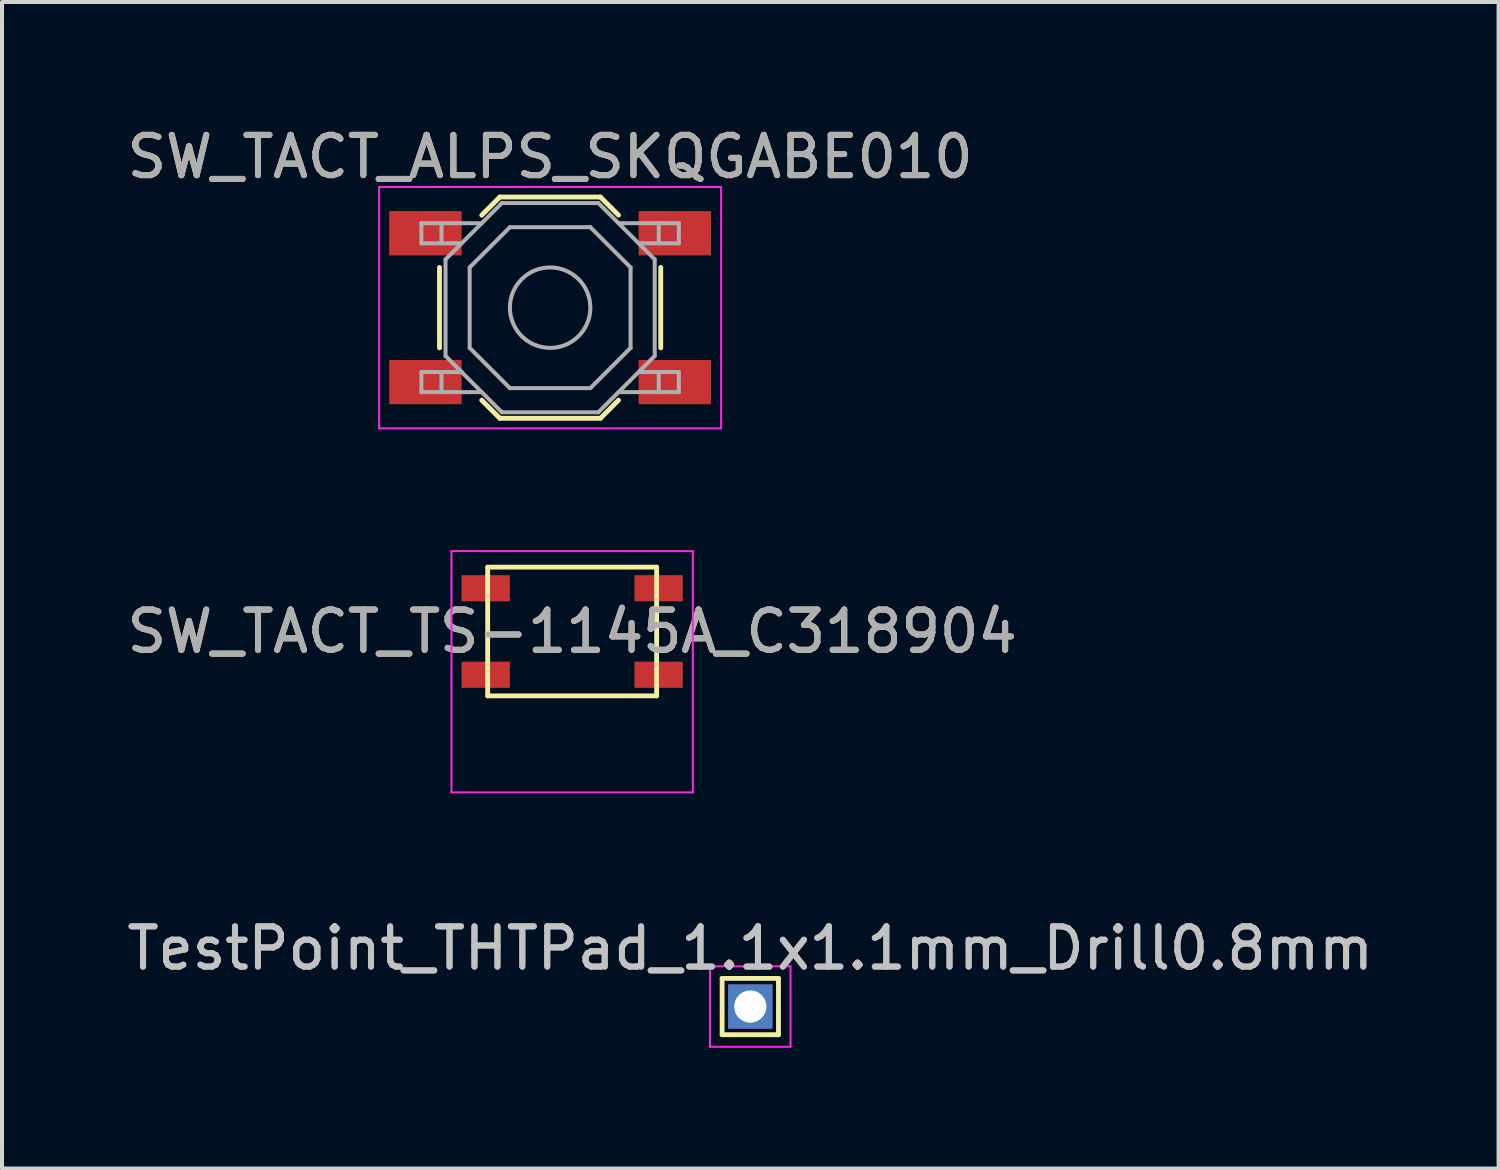
<source format=kicad_pcb>
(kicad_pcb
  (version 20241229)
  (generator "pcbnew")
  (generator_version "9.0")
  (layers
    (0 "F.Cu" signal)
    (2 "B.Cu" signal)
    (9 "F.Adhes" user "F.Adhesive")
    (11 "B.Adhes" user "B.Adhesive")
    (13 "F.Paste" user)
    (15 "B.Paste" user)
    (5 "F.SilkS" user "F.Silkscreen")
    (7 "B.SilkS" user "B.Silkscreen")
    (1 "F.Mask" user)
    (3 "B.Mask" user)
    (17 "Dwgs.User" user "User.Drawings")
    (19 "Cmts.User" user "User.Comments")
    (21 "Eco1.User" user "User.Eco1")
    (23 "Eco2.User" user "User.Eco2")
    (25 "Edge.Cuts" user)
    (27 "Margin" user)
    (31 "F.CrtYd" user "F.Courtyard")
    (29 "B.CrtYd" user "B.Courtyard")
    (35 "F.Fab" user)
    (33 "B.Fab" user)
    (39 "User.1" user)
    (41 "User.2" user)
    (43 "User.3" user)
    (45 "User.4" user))
  (footprint "SW_TACT_TS-1145A_C318904"
    (layer "F.Cu")
    (at 11.173 12.648)
    (property "Reference" "SW_TACT_TS-1145A_C318904" (at 0 0 0) (layer "F.SilkS") (effects (font (size 1 1) (thickness 0.15))))
    (attr smd)
    (fp_line (start -2.1 -1.6) (end -2.1 1.6) (stroke (width 0.12) (type solid)) (layer "F.SilkS"))
    (fp_line (start -2.1 -1.6) (end 2.1 -1.6) (stroke (width 0.12) (type solid)) (layer "F.SilkS"))
    (fp_line (start -2.1 1.6) (end 2.1 1.6) (stroke (width 0.12) (type solid)) (layer "F.SilkS"))
    (fp_line (start 2.1 -1.6) (end 2.1 1.6) (stroke (width 0.12) (type solid)) (layer "F.SilkS"))
    (fp_line (start -3 -2) (end 3 -2) (stroke (width 0.05) (type solid)) (layer "F.CrtYd"))
    (fp_line (start -3 4) (end -3 -2) (stroke (width 0.05) (type solid)) (layer "F.CrtYd"))
    (fp_line (start 3 -2) (end 3 4) (stroke (width 0.05) (type solid)) (layer "F.CrtYd"))
    (fp_line (start 3 4) (end -3 4) (stroke (width 0.05) (type solid)) (layer "F.CrtYd"))
    (fp_text user "${REFERENCE}" (at 0 0 0) (layer "F.Fab") (effects (font (size 1 1) (thickness 0.15))))
    (pad "1" smd rect (at -2.15 -1.075) (size 1.2 0.65) (layers "F.Cu" "F.Mask" "F.Paste"))
    (pad "1" smd rect (at 2.15 -1.075) (size 1.2 0.65) (layers "F.Cu" "F.Mask" "F.Paste"))
    (pad "2" smd rect (at -2.15 1.075) (size 1.2 0.65) (layers "F.Cu" "F.Mask" "F.Paste"))
    (pad "2" smd rect (at 2.15 1.075) (size 1.2 0.65) (layers "F.Cu" "F.Mask" "F.Paste")))
  (footprint "SW_TACT_ALPS_SKQGABE010"
    (layer "F.Cu")
    (at 10.625 4.598)
    (property "Reference" "SW_TACT_ALPS_SKQGABE010" (at 0 -3.75 0) (layer "F.SilkS") (effects (font (size 1 1) (thickness 0.15))))
    (attr smd)
    (fp_line (start -2.75 -1) (end -2.75 1) (stroke (width 0.12) (type solid)) (layer "F.SilkS"))
    (fp_line (start -1.7 -2.3) (end -1.25 -2.75) (stroke (width 0.12) (type solid)) (layer "F.SilkS"))
    (fp_line (start -1.7 2.3) (end -1.25 2.75) (stroke (width 0.12) (type solid)) (layer "F.SilkS"))
    (fp_line (start -1.25 -2.75) (end 1.25 -2.75) (stroke (width 0.12) (type solid)) (layer "F.SilkS"))
    (fp_line (start -1.25 2.75) (end 1.25 2.75) (stroke (width 0.12) (type solid)) (layer "F.SilkS"))
    (fp_line (start 1.7 -2.3) (end 1.25 -2.75) (stroke (width 0.12) (type solid)) (layer "F.SilkS"))
    (fp_line (start 1.7 2.3) (end 1.25 2.75) (stroke (width 0.12) (type solid)) (layer "F.SilkS"))
    (fp_line (start 2.75 -1) (end 2.75 1) (stroke (width 0.12) (type solid)) (layer "F.SilkS"))
    (fp_line (start -4 -1.3) (end -4 1.3) (stroke (width 0.1) (type solid)) (layer "Eco1.User"))
    (fp_line (start -4 -0.7) (end -2 1.3) (stroke (width 0.1) (type solid)) (layer "Eco1.User"))
    (fp_line (start -4 0.1) (end -2.8 1.3) (stroke (width 0.1) (type solid)) (layer "Eco1.User"))
    (fp_line (start -4 0.9) (end -3.6 1.3) (stroke (width 0.1) (type solid)) (layer "Eco1.User"))
    (fp_line (start -4 1.3) (end -1 1.3) (stroke (width 0.1) (type solid)) (layer "Eco1.User"))
    (fp_line (start -3.8 -1.3) (end -1.2 1.3) (stroke (width 0.1) (type solid)) (layer "Eco1.User"))
    (fp_line (start -3.4 -1.3) (end -1 1.1) (stroke (width 0.1) (type solid)) (layer "Eco1.User"))
    (fp_line (start -3.2 1.3) (end -4 0.5) (stroke (width 0.1) (type solid)) (layer "Eco1.User"))
    (fp_line (start -2.6 -1.3) (end -1 0.3) (stroke (width 0.1) (type solid)) (layer "Eco1.User"))
    (fp_line (start -2.4 1.3) (end -4 -0.3) (stroke (width 0.1) (type solid)) (layer "Eco1.User"))
    (fp_line (start -1.8 -1.3) (end -1 -0.5) (stroke (width 0.1) (type solid)) (layer "Eco1.User"))
    (fp_line (start -1.6 1.3) (end -4 -1.1) (stroke (width 0.1) (type solid)) (layer "Eco1.User"))
    (fp_line (start -1 -1.3) (end -4 -1.3) (stroke (width 0.1) (type solid)) (layer "Eco1.User"))
    (fp_line (start -1 -0.9) (end -1.4 -1.3) (stroke (width 0.1) (type solid)) (layer "Eco1.User"))
    (fp_line (start -1 -0.1) (end -2.2 -1.3) (stroke (width 0.1) (type solid)) (layer "Eco1.User"))
    (fp_line (start -1 0.7) (end -3 -1.3) (stroke (width 0.1) (type solid)) (layer "Eco1.User"))
    (fp_line (start -1 1.3) (end -1 -1.3) (stroke (width 0.1) (type solid)) (layer "Eco1.User"))
    (fp_line (start 1 -1.3) (end 1 1.3) (stroke (width 0.1) (type solid)) (layer "Eco1.User"))
    (fp_line (start 1 -1.1) (end 3.4 1.3) (stroke (width 0.1) (type solid)) (layer "Eco1.User"))
    (fp_line (start 1 0.1) (end 2.2 1.3) (stroke (width 0.1) (type solid)) (layer "Eco1.User"))
    (fp_line (start 1 0.9) (end 1.4 1.3) (stroke (width 0.1) (type solid)) (layer "Eco1.User"))
    (fp_line (start 1 1.3) (end 4 1.3) (stroke (width 0.1) (type solid)) (layer "Eco1.User"))
    (fp_line (start 1.2 -1.3) (end 3.8 1.3) (stroke (width 0.1) (type solid)) (layer "Eco1.User"))
    (fp_line (start 1.6 -1.3) (end 4 1.1) (stroke (width 0.1) (type solid)) (layer "Eco1.User"))
    (fp_line (start 1.8 1.3) (end 1 0.5) (stroke (width 0.1) (type solid)) (layer "Eco1.User"))
    (fp_line (start 2.4 -1.3) (end 4 0.3) (stroke (width 0.1) (type solid)) (layer "Eco1.User"))
    (fp_line (start 2.6 1.3) (end 1 -0.3) (stroke (width 0.1) (type solid)) (layer "Eco1.User"))
    (fp_line (start 3 1.3) (end 1 -0.7) (stroke (width 0.1) (type solid)) (layer "Eco1.User"))
    (fp_line (start 3.2 -1.3) (end 4 -0.5) (stroke (width 0.1) (type solid)) (layer "Eco1.User"))
    (fp_line (start 4 -1.3) (end 1 -1.3) (stroke (width 0.1) (type solid)) (layer "Eco1.User"))
    (fp_line (start 4 -0.9) (end 3.6 -1.3) (stroke (width 0.1) (type solid)) (layer "Eco1.User"))
    (fp_line (start 4 -0.1) (end 2.8 -1.3) (stroke (width 0.1) (type solid)) (layer "Eco1.User"))
    (fp_line (start 4 0.7) (end 2 -1.3) (stroke (width 0.1) (type solid)) (layer "Eco1.User"))
    (fp_line (start 4 1.3) (end 4 -1.3) (stroke (width 0.1) (type solid)) (layer "Eco1.User"))
    (fp_line (start -4.25 -3) (end 4.25 -3) (stroke (width 0.05) (type solid)) (layer "F.CrtYd"))
    (fp_line (start -4.25 3) (end -4.25 -3) (stroke (width 0.05) (type solid)) (layer "F.CrtYd"))
    (fp_line (start 4.25 -3) (end 4.25 3) (stroke (width 0.05) (type solid)) (layer "F.CrtYd"))
    (fp_line (start 4.25 3) (end -4.25 3) (stroke (width 0.05) (type solid)) (layer "F.CrtYd"))
    (fp_line (start -3.2 -2.1) (end -3.2 -1.6) (stroke (width 0.1) (type solid)) (layer "F.Fab"))
    (fp_line (start -3.2 -1.6) (end -2.2 -1.6) (stroke (width 0.1) (type solid)) (layer "F.Fab"))
    (fp_line (start -3.2 1.6) (end -2.2 1.6) (stroke (width 0.1) (type solid)) (layer "F.Fab"))
    (fp_line (start -3.2 2.1) (end -3.2 1.6) (stroke (width 0.1) (type solid)) (layer "F.Fab"))
    (fp_line (start -2.7 -2.1) (end -2.7 -1.6) (stroke (width 0.1) (type solid)) (layer "F.Fab"))
    (fp_line (start -2.7 2.1) (end -2.7 1.6) (stroke (width 0.1) (type solid)) (layer "F.Fab"))
    (fp_line (start -2.6 -1.2) (end -2.6 1.2) (stroke (width 0.1) (type solid)) (layer "F.Fab"))
    (fp_line (start -2.6 1.2) (end -1.2 2.6) (stroke (width 0.1) (type solid)) (layer "F.Fab"))
    (fp_line (start -2 -1) (end -1 -2) (stroke (width 0.1) (type solid)) (layer "F.Fab"))
    (fp_line (start -2 1) (end -2 -1) (stroke (width 0.1) (type solid)) (layer "F.Fab"))
    (fp_line (start -1.7 -2.1) (end -3.2 -2.1) (stroke (width 0.1) (type solid)) (layer "F.Fab"))
    (fp_line (start -1.7 2.1) (end -3.2 2.1) (stroke (width 0.1) (type solid)) (layer "F.Fab"))
    (fp_line (start -1.2 -2.6) (end -2.6 -1.2) (stroke (width 0.1) (type solid)) (layer "F.Fab"))
    (fp_line (start -1.2 2.6) (end 1.2 2.6) (stroke (width 0.1) (type solid)) (layer "F.Fab"))
    (fp_line (start -1 -2) (end 1 -2) (stroke (width 0.1) (type solid)) (layer "F.Fab"))
    (fp_line (start -1 2) (end -2 1) (stroke (width 0.1) (type solid)) (layer "F.Fab"))
    (fp_line (start 1 -2) (end 2 -1) (stroke (width 0.1) (type solid)) (layer "F.Fab"))
    (fp_line (start 1 2) (end -1 2) (stroke (width 0.1) (type solid)) (layer "F.Fab"))
    (fp_line (start 1.2 -2.6) (end -1.2 -2.6) (stroke (width 0.1) (type solid)) (layer "F.Fab"))
    (fp_line (start 1.2 2.6) (end 2.6 1.2) (stroke (width 0.1) (type solid)) (layer "F.Fab"))
    (fp_line (start 1.7 -2.1) (end 3.2 -2.1) (stroke (width 0.1) (type solid)) (layer "F.Fab"))
    (fp_line (start 1.7 2.1) (end 3.2 2.1) (stroke (width 0.1) (type solid)) (layer "F.Fab"))
    (fp_line (start 2 -1) (end 2 1) (stroke (width 0.1) (type solid)) (layer "F.Fab"))
    (fp_line (start 2 1) (end 1 2) (stroke (width 0.1) (type solid)) (layer "F.Fab"))
    (fp_line (start 2.6 -1.2) (end 1.2 -2.6) (stroke (width 0.1) (type solid)) (layer "F.Fab"))
    (fp_line (start 2.6 1.2) (end 2.6 -1.2) (stroke (width 0.1) (type solid)) (layer "F.Fab"))
    (fp_line (start 2.7 -2.1) (end 2.7 -1.6) (stroke (width 0.1) (type solid)) (layer "F.Fab"))
    (fp_line (start 2.7 2.1) (end 2.7 1.6) (stroke (width 0.1) (type solid)) (layer "F.Fab"))
    (fp_line (start 3.2 -2.1) (end 3.2 -1.6) (stroke (width 0.1) (type solid)) (layer "F.Fab"))
    (fp_line (start 3.2 -1.6) (end 2.2 -1.6) (stroke (width 0.1) (type solid)) (layer "F.Fab"))
    (fp_line (start 3.2 1.6) (end 2.2 1.6) (stroke (width 0.1) (type solid)) (layer "F.Fab"))
    (fp_line (start 3.2 2.1) (end 3.2 1.6) (stroke (width 0.1) (type solid)) (layer "F.Fab"))
    (fp_circle (center 0 0) (end 1 0) (stroke (width 0.1) (type solid)) (fill no) (layer "F.Fab"))
    (fp_text user "${REFERENCE}" (at 0 -3.75 0) (layer "F.Fab") (effects (font (size 1 1) (thickness 0.15))))
    (pad "1" smd rect (at -3.1 -1.85) (size 1.8 1.1) (layers "F.Cu" "F.Mask" "F.Paste"))
    (pad "1" smd rect (at 3.1 -1.85) (size 1.8 1.1) (layers "F.Cu" "F.Mask" "F.Paste"))
    (pad "2" smd rect (at -3.1 1.85) (size 1.8 1.1) (layers "F.Cu" "F.Mask" "F.Paste"))
    (pad "2" smd rect (at 3.1 1.85) (size 1.8 1.1) (layers "F.Cu" "F.Mask" "F.Paste")))
  (footprint "TestPoint_THTPad_1.1x1.1mm_Drill0.8mm"
    (layer "F.Cu")
    (at 15.601 21.971)
    (property "Reference" "TestPoint_THTPad_1.1x1.1mm_Drill0.8mm" (at 0 -1.448 0) (layer "Dwgs.User") (effects (font (size 1 1) (thickness 0.15))))
    (attr exclude_from_pos_files exclude_from_bom)
    (fp_line (start -0.7 -0.7) (end 0.7 -0.7) (stroke (width 0.12) (type solid)) (layer "F.SilkS"))
    (fp_line (start -0.7 0.7) (end -0.7 -0.7) (stroke (width 0.12) (type solid)) (layer "F.SilkS"))
    (fp_line (start 0.7 -0.7) (end 0.7 0.7) (stroke (width 0.12) (type solid)) (layer "F.SilkS"))
    (fp_line (start 0.7 0.7) (end -0.7 0.7) (stroke (width 0.12) (type solid)) (layer "F.SilkS"))
    (fp_line (start -1 -1) (end -1 1) (stroke (width 0.05) (type solid)) (layer "F.CrtYd"))
    (fp_line (start -1 -1) (end 1 -1) (stroke (width 0.05) (type solid)) (layer "F.CrtYd"))
    (fp_line (start 1 1) (end -1 1) (stroke (width 0.05) (type solid)) (layer "F.CrtYd"))
    (fp_line (start 1 1) (end 1 -1) (stroke (width 0.05) (type solid)) (layer "F.CrtYd"))
    (fp_text user "${REFERENCE}" (at 0 -1.45 0) (layer "F.Fab") (effects (font (size 1 1) (thickness 0.15))))
    (pad "1" thru_hole rect (at 0 0) (size 1.1 1.1) (drill 0.8) (layers "*.Cu" "*.Mask")))
  (gr_rect
    (start -3 -3)
    (end 34.202 25.997)
    (stroke (width 0.1) (type default))
    (fill no)
    (layer "Edge.Cuts")))
</source>
